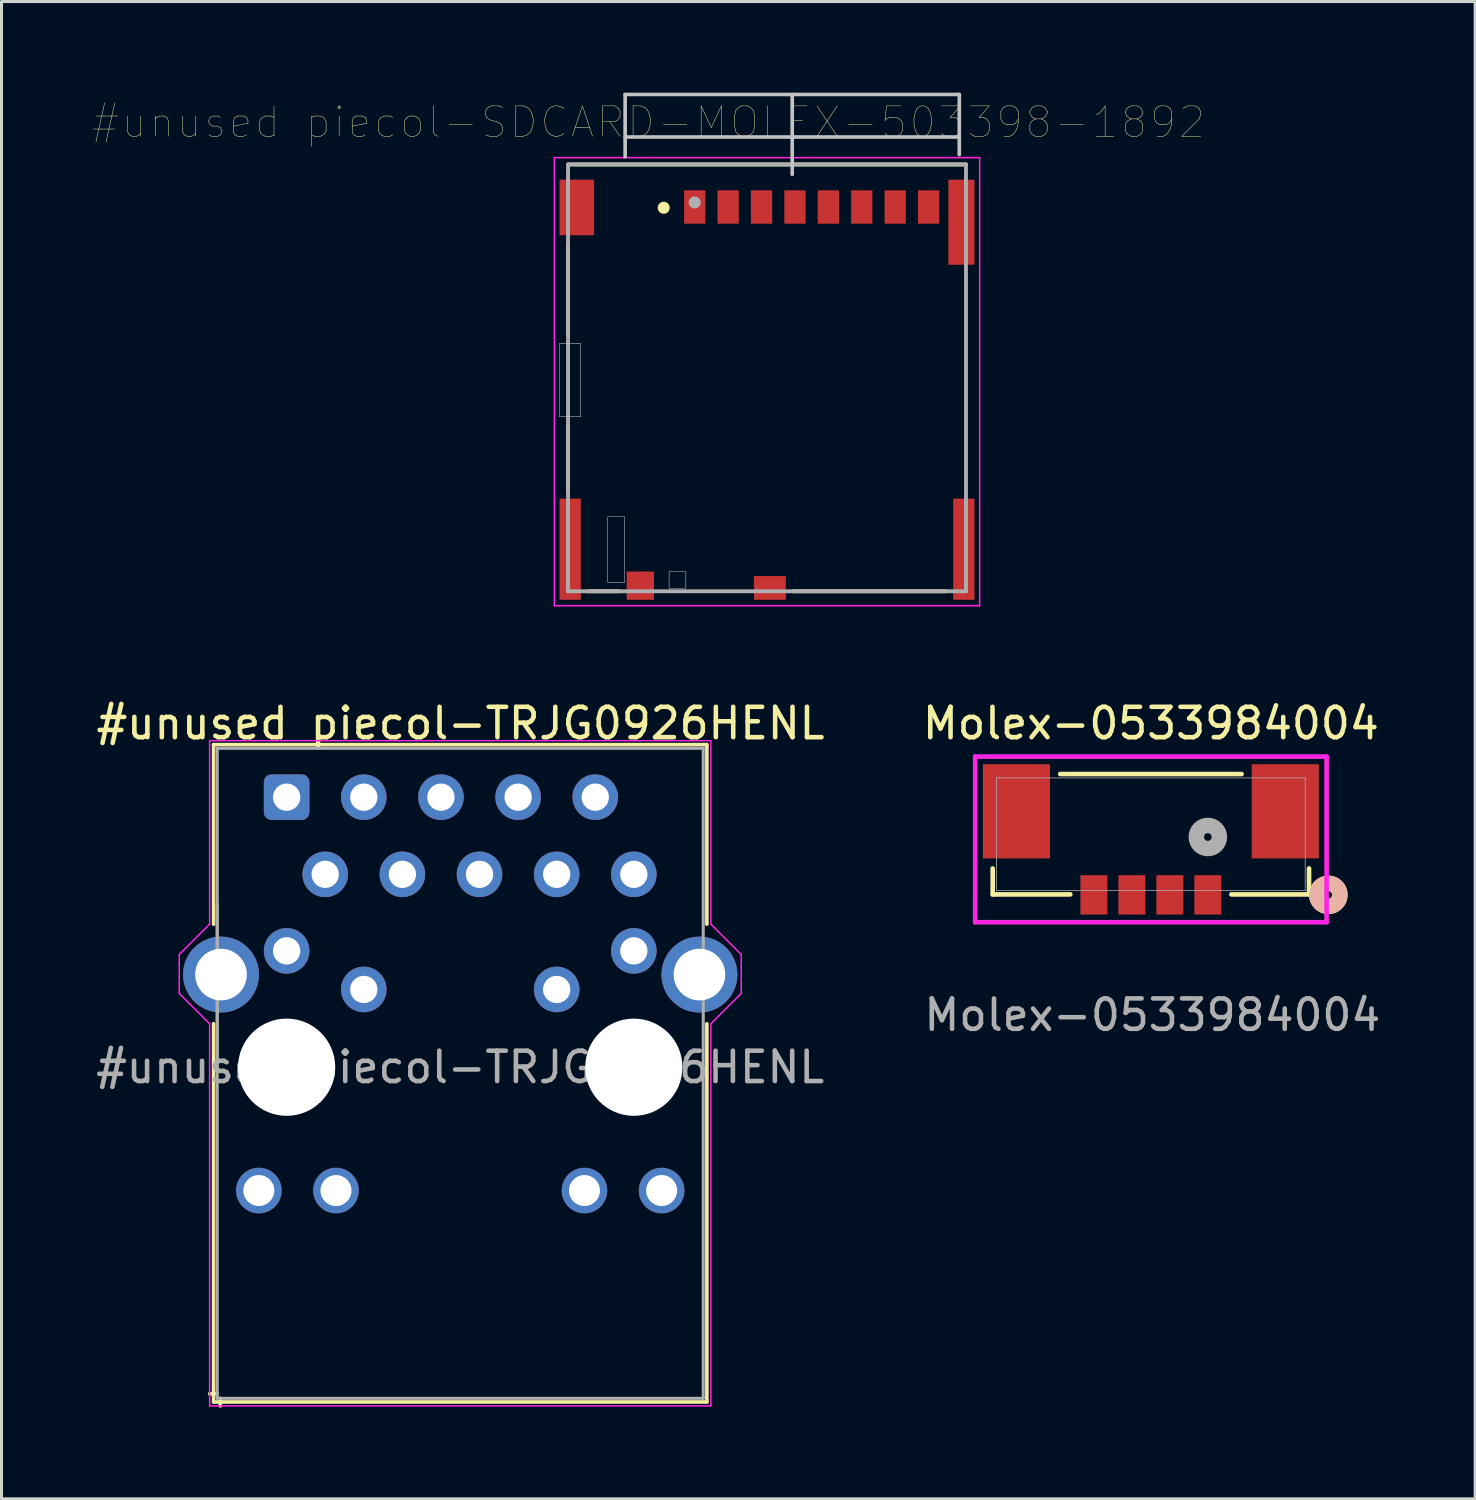
<source format=kicad_pcb>
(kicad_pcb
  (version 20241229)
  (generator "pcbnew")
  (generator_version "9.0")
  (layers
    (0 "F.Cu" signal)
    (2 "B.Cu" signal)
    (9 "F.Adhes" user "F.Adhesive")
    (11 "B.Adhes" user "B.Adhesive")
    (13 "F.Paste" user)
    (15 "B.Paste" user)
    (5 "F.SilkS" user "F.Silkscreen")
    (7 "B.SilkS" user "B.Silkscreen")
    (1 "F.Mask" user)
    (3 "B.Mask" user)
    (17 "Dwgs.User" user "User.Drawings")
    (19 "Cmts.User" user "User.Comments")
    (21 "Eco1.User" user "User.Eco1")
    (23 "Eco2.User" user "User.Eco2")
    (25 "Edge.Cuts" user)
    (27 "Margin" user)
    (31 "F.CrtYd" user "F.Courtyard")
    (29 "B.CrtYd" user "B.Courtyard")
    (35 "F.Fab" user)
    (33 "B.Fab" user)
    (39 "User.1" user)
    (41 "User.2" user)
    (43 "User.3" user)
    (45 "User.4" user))
  (footprint "#unused piecol-SDCARD-MOLEX-503398-1892"
    (layer "F.Cu")
    (at 22.2 9.39)
    (property "Reference" "#unused piecol-SDCARD-MOLEX-503398-1892" (at -3.908 -8.416 0) (layer "F.SilkS") (effects (font (size 1.001 1.001) (thickness 0.015))))
    (attr smd)
    (fp_line (start -6.55 -7.025) (end 6.55 -7.025) (stroke (width 0.127) (type solid)) (layer "F.SilkS"))
    (fp_line (start -6.55 -4.325) (end -6.55 -1.425) (stroke (width 0.127) (type solid)) (layer "F.SilkS"))
    (fp_line (start -6.55 1.575) (end -6.55 3.675) (stroke (width 0.127) (type solid)) (layer "F.SilkS"))
    (fp_line (start -5.876 7.025) (end -4.874 7.025) (stroke (width 0.127) (type solid)) (layer "F.SilkS"))
    (fp_line (start 0.874 7.025) (end 5.876 7.025) (stroke (width 0.127) (type solid)) (layer "F.SilkS"))
    (fp_circle (center -3.4 -5.6) (end -3.3 -5.6) (stroke (width 0.2) (type solid)) (fill no) (layer "F.SilkS"))
    (fp_line (start -4.67 -9.33) (end -4.67 -7.28) (stroke (width 0.12) (type solid)) (layer "Dwgs.User"))
    (fp_line (start -4.67 -9.33) (end 6.33 -9.33) (stroke (width 0.12) (type solid)) (layer "Dwgs.User"))
    (fp_line (start -4.67 -7.93) (end 6.33 -7.93) (stroke (width 0.12) (type solid)) (layer "Dwgs.User"))
    (fp_line (start 0.83 -6.7) (end 0.83 -9.33) (stroke (width 0.12) (type solid)) (layer "Dwgs.User"))
    (fp_line (start 6.33 -9.33) (end 6.33 -7.35) (stroke (width 0.12) (type solid)) (layer "Dwgs.User"))
    (fp_poly (pts (xy -6.842 -1.125) (xy -6.13 -1.125) (xy -6.13 1.277) (xy -6.842 1.277)) (stroke (width 0.01) (type solid)) (fill no) (layer "Dwgs.User"))
    (fp_poly (pts (xy -6.836 -1.125) (xy -6.13 -1.125) (xy -6.13 1.276) (xy -6.836 1.276)) (stroke (width 0.01) (type solid)) (fill no) (layer "Dwgs.User"))
    (fp_poly (pts (xy -5.245 4.575) (xy -4.685 4.575) (xy -4.685 6.738) (xy -5.245 6.738)) (stroke (width 0.01) (type solid)) (fill no) (layer "Dwgs.User"))
    (fp_poly (pts (xy -5.239 4.575) (xy -4.685 4.575) (xy -4.685 6.73) (xy -5.239 6.73)) (stroke (width 0.01) (type solid)) (fill no) (layer "Dwgs.User"))
    (fp_poly (pts (xy -3.225 6.375) (xy -2.67 6.375) (xy -2.67 6.937) (xy -3.225 6.937)) (stroke (width 0.01) (type solid)) (fill no) (layer "Dwgs.User"))
    (fp_poly (pts (xy -3.223 6.375) (xy -2.67 6.375) (xy -2.67 6.93) (xy -3.223 6.93)) (stroke (width 0.01) (type solid)) (fill no) (layer "Dwgs.User"))
    (fp_poly (pts (xy -3.17 -3.725) (xy -3.17 1.275) (xy -3.82 1.275) (xy -3.82 3.875) (xy 0.57 3.875) (xy 0.57 5.125) (xy -1.73 5.125) (xy -1.73 7.305) (xy -0.43 7.305) (xy -0.43 6.525) (xy 6.13 6.525) (xy 6.13 3.975) (xy 6.83 3.975) (xy 6.83 -3.725)) (stroke (width 0.0001) (type solid)) (fill no) (layer "Dwgs.User"))
    (fp_poly (pts (xy -3.17 -3.725) (xy -3.17 1.275) (xy -3.82 1.275) (xy -3.82 3.875) (xy 0.57 3.875) (xy 0.57 5.125) (xy -1.73 5.125) (xy -1.73 7.305) (xy -0.43 7.305) (xy -0.43 6.525) (xy 6.13 6.525) (xy 6.13 3.975) (xy 6.83 3.975) (xy 6.83 -3.725)) (stroke (width 0.0001) (type solid)) (fill no) (layer "Dwgs.User"))
    (fp_line (start -7 -7.25) (end 7 -7.25) (stroke (width 0.05) (type solid)) (layer "F.CrtYd"))
    (fp_line (start -7 7.5) (end -7 -7.25) (stroke (width 0.05) (type solid)) (layer "F.CrtYd"))
    (fp_line (start 7 -7.25) (end 7 7.5) (stroke (width 0.05) (type solid)) (layer "F.CrtYd"))
    (fp_line (start 7 7.5) (end -7 7.5) (stroke (width 0.05) (type solid)) (layer "F.CrtYd"))
    (fp_line (start -6.55 -7.025) (end 6.55 -7.025) (stroke (width 0.127) (type solid)) (layer "F.Fab"))
    (fp_line (start -6.55 7.025) (end -6.55 -7.025) (stroke (width 0.127) (type solid)) (layer "F.Fab"))
    (fp_line (start 6.55 -7.025) (end 6.55 7.025) (stroke (width 0.127) (type solid)) (layer "F.Fab"))
    (fp_line (start 6.55 7.025) (end -6.55 7.025) (stroke (width 0.127) (type solid)) (layer "F.Fab"))
    (fp_circle (center -2.38 -5.775) (end -2.28 -5.775) (stroke (width 0.2) (type solid)) (fill no) (layer "F.Fab"))
    (pad "1" smd rect (at -2.38 -5.625) (size 0.7 1.1) (layers "F.Cu" "F.Mask" "F.Paste"))
    (pad "2" smd rect (at -1.28 -5.625) (size 0.7 1.1) (layers "F.Cu" "F.Mask" "F.Paste"))
    (pad "3" smd rect (at -0.18 -5.625) (size 0.7 1.1) (layers "F.Cu" "F.Mask" "F.Paste"))
    (pad "4" smd rect (at 0.92 -5.625) (size 0.7 1.1) (layers "F.Cu" "F.Mask" "F.Paste"))
    (pad "5" smd rect (at 2.02 -5.625) (size 0.7 1.1) (layers "F.Cu" "F.Mask" "F.Paste"))
    (pad "6" smd rect (at 3.12 -5.625) (size 0.7 1.1) (layers "F.Cu" "F.Mask" "F.Paste"))
    (pad "7" smd rect (at 4.22 -5.625) (size 0.7 1.1) (layers "F.Cu" "F.Mask" "F.Paste"))
    (pad "8" smd rect (at 5.32 -5.625) (size 0.7 1.1) (layers "F.Cu" "F.Mask" "F.Paste"))
    (pad "9" smd rect (at -4.17 6.84) (size 0.9 0.93) (layers "F.Cu" "F.Mask" "F.Paste"))
    (pad "10" smd rect (at 0.095 6.915) (size 1.05 0.78) (layers "F.Cu" "F.Mask" "F.Paste"))
    (pad "11" smd rect (at -6.48 5.64) (size 0.7 3.33) (layers "F.Cu" "F.Mask" "F.Paste"))
    (pad "11" smd rect (at -6.26 -5.61) (size 1.14 1.83) (layers "F.Cu" "F.Mask" "F.Paste"))
    (pad "11" smd rect (at 6.4 -5.125) (size 0.86 2.8) (layers "F.Cu" "F.Mask" "F.Paste"))
    (pad "11" smd rect (at 6.48 5.64) (size 0.7 3.33) (layers "F.Cu" "F.Mask" "F.Paste")))
  (footprint "Molex-0533984004"
    (layer "F.Cu")
    (at 34.837 24.413)
    (property "Reference" "Molex-0533984004" (at 0 -3.65 0) (unlocked yes) (layer "F.SilkS") (effects (font (size 1 1) (thickness 0.15))))
    (attr smd)
    (fp_line (start -5.207 1.128) (end -5.207 1.981) (stroke (width 0.152) (type solid)) (layer "F.SilkS"))
    (fp_line (start -5.207 1.981) (end -2.652 1.981) (stroke (width 0.152) (type solid)) (layer "F.SilkS"))
    (fp_line (start 2.652 1.981) (end 5.207 1.981) (stroke (width 0.152) (type solid)) (layer "F.SilkS"))
    (fp_line (start 2.987 -1.981) (end -2.987 -1.981) (stroke (width 0.152) (type solid)) (layer "F.SilkS"))
    (fp_line (start 5.207 1.981) (end 5.207 1.128) (stroke (width 0.152) (type solid)) (layer "F.SilkS"))
    (fp_circle (center 5.842 1.996) (end 6.223 1.996) (stroke (width 0.508) (type solid)) (fill no) (layer "F.SilkS"))
    (fp_circle (center 5.842 1.996) (end 6.223 1.996) (stroke (width 0.508) (type solid)) (fill no) (layer "B.SilkS"))
    (fp_line (start -5.784 -2.558) (end -5.784 2.897) (stroke (width 0.152) (type solid)) (layer "F.CrtYd"))
    (fp_line (start -5.784 2.897) (end 5.784 2.897) (stroke (width 0.152) (type solid)) (layer "F.CrtYd"))
    (fp_line (start 5.784 -2.558) (end -5.784 -2.558) (stroke (width 0.152) (type solid)) (layer "F.CrtYd"))
    (fp_line (start 5.784 2.897) (end 5.784 -2.558) (stroke (width 0.152) (type solid)) (layer "F.CrtYd"))
    (fp_line (start -5.08 -1.854) (end -5.08 1.854) (stroke (width 0.025) (type solid)) (layer "F.Fab"))
    (fp_line (start -5.08 1.854) (end 5.08 1.854) (stroke (width 0.025) (type solid)) (layer "F.Fab"))
    (fp_line (start 5.08 -1.854) (end -5.08 -1.854) (stroke (width 0.025) (type solid)) (layer "F.Fab"))
    (fp_line (start 5.08 1.854) (end 5.08 -1.854) (stroke (width 0.025) (type solid)) (layer "F.Fab"))
    (fp_circle (center 1.875 0.091) (end 2.256 0.091) (stroke (width 0.508) (type solid)) (fill no) (layer "F.Fab"))
    (fp_text user "${REFERENCE}" (at 0.05 5.95 0) (unlocked yes) (layer "F.Fab") (effects (font (size 1 1) (thickness 0.15))))
    (pad "1" smd rect (at 1.875 1.996) (size 0.889 1.295) (layers "F.Cu" "F.Mask" "F.Paste"))
    (pad "2" smd rect (at 0.625 1.996) (size 0.889 1.295) (layers "F.Cu" "F.Mask" "F.Paste"))
    (pad "3" smd rect (at -0.625 1.996) (size 0.889 1.295) (layers "F.Cu" "F.Mask" "F.Paste"))
    (pad "4" smd rect (at -1.875 1.996) (size 0.889 1.295) (layers "F.Cu" "F.Mask" "F.Paste"))
    (pad "5" smd rect (at -4.425 -0.754) (size 2.21 3.099) (layers "F.Cu" "F.Mask" "F.Paste"))
    (pad "6" smd rect (at 4.425 -0.754) (size 2.21 3.099) (layers "F.Cu" "F.Mask" "F.Paste")))
  (footprint "#unused piecol-TRJG0926HENL"
    (layer "F.Cu")
    (at 12.101 32.083)
    (property "Reference" "#unused piecol-TRJG0926HENL" (at 0.01 -11.32 0) (layer "F.SilkS") (effects (font (size 1 1) (thickness 0.15))))
    (attr through_hole)
    (fp_line (start -8.12 -10.62) (end -8.12 -4.71) (stroke (width 0.12) (type solid)) (layer "F.SilkS"))
    (fp_line (start -8.12 -10.62) (end 8.12 -10.62) (stroke (width 0.12) (type solid)) (layer "F.SilkS"))
    (fp_line (start -8.12 -1.43) (end -8.12 11.02) (stroke (width 0.12) (type solid)) (layer "F.SilkS"))
    (fp_line (start -8 10.75) (end -8.25 10.75) (stroke (width 0.12) (type solid)) (layer "F.SilkS"))
    (fp_line (start -7.9 10.9) (end -7.9 11.15) (stroke (width 0.12) (type solid)) (layer "F.SilkS"))
    (fp_line (start 8.12 -10.62) (end 8.12 -4.71) (stroke (width 0.12) (type solid)) (layer "F.SilkS"))
    (fp_line (start 8.12 -1.43) (end 8.12 11.02) (stroke (width 0.12) (type solid)) (layer "F.SilkS"))
    (fp_line (start 8.12 11.02) (end -8.12 11.02) (stroke (width 0.12) (type solid)) (layer "F.SilkS"))
    (fp_line (start -9.25 -2.43) (end -9.25 -3.71) (stroke (width 0.05) (type solid)) (layer "F.CrtYd"))
    (fp_line (start -9.25 -2.43) (end -8.25 -1.43) (stroke (width 0.05) (type solid)) (layer "F.CrtYd"))
    (fp_line (start -8.25 -10.75) (end 8.25 -10.75) (stroke (width 0.05) (type solid)) (layer "F.CrtYd"))
    (fp_line (start -8.25 -4.71) (end -9.25 -3.71) (stroke (width 0.05) (type solid)) (layer "F.CrtYd"))
    (fp_line (start -8.25 -4.71) (end -8.25 -10.75) (stroke (width 0.05) (type solid)) (layer "F.CrtYd"))
    (fp_line (start -8.25 -1.43) (end -8.25 11.15) (stroke (width 0.05) (type solid)) (layer "F.CrtYd"))
    (fp_line (start -8.25 11.15) (end 8.25 11.15) (stroke (width 0.05) (type solid)) (layer "F.CrtYd"))
    (fp_line (start 8.25 -4.71) (end 8.25 -10.75) (stroke (width 0.05) (type solid)) (layer "F.CrtYd"))
    (fp_line (start 8.25 -4.71) (end 9.25 -3.71) (stroke (width 0.05) (type solid)) (layer "F.CrtYd"))
    (fp_line (start 8.25 -1.43) (end 8.25 11.15) (stroke (width 0.05) (type solid)) (layer "F.CrtYd"))
    (fp_line (start 9.25 -2.43) (end 8.25 -1.43) (stroke (width 0.05) (type solid)) (layer "F.CrtYd"))
    (fp_line (start 9.25 -2.43) (end 9.25 -3.71) (stroke (width 0.05) (type solid)) (layer "F.CrtYd"))
    (fp_line (start -8 -10.5) (end -8 0) (stroke (width 0.1) (type solid)) (layer "F.Fab"))
    (fp_line (start -8 -10.5) (end 8 -10.5) (stroke (width 0.1) (type solid)) (layer "F.Fab"))
    (fp_line (start -8 -5.37) (end -8 10.9) (stroke (width 0.1) (type solid)) (layer "F.Fab"))
    (fp_line (start -8 10.9) (end 8 10.9) (stroke (width 0.1) (type solid)) (layer "F.Fab"))
    (fp_line (start 8 -10.5) (end 8 10.9) (stroke (width 0.1) (type solid)) (layer "F.Fab"))
    (fp_text user "${REFERENCE}" (at 0 0 0) (layer "F.Fab") (effects (font (size 1 1) (thickness 0.15))))
    (pad "" np_thru_hole circle (at -5.715 0) (size 3.2 3.2) (drill 3.2) (layers "*.Cu" "*.Mask"))
    (pad "" np_thru_hole circle (at 5.715 0) (size 3.2 3.2) (drill 3.2) (layers "*.Cu" "*.Mask"))
    (pad "1" thru_hole roundrect (at -5.715 -8.89) (size 1.5 1.5) (drill 0.9) (layers "*.Cu" "*.Mask") (roundrect_rratio 0.167))
    (pad "2" thru_hole circle (at -4.445 -6.35) (size 1.5 1.5) (drill 0.9) (layers "*.Cu" "*.Mask"))
    (pad "3" thru_hole circle (at -3.175 -8.89) (size 1.5 1.5) (drill 0.9) (layers "*.Cu" "*.Mask"))
    (pad "4" thru_hole circle (at -1.905 -6.35) (size 1.5 1.5) (drill 0.9) (layers "*.Cu" "*.Mask"))
    (pad "5" thru_hole circle (at -0.635 -8.89) (size 1.5 1.5) (drill 0.9) (layers "*.Cu" "*.Mask"))
    (pad "6" thru_hole circle (at 0.635 -6.35 90) (size 1.5 1.5) (drill 0.9) (layers "*.Cu" "*.Mask"))
    (pad "7" thru_hole circle (at 1.905 -8.89) (size 1.5 1.5) (drill 0.9) (layers "*.Cu" "*.Mask"))
    (pad "8" thru_hole circle (at 3.175 -6.35) (size 1.5 1.5) (drill 0.9) (layers "*.Cu" "*.Mask"))
    (pad "9" thru_hole circle (at 4.445 -8.89) (size 1.5 1.5) (drill 0.9) (layers "*.Cu" "*.Mask"))
    (pad "10" thru_hole circle (at 5.715 -6.35) (size 1.5 1.5) (drill 0.9) (layers "*.Cu" "*.Mask"))
    (pad "11" thru_hole circle (at -5.715 -3.83) (size 1.5 1.5) (drill 0.9) (layers "*.Cu" "*.Mask"))
    (pad "12" thru_hole circle (at -3.175 -2.56) (size 1.5 1.5) (drill 0.9) (layers "*.Cu" "*.Mask"))
    (pad "13" thru_hole circle (at 3.175 -2.56) (size 1.5 1.5) (drill 0.9) (layers "*.Cu" "*.Mask"))
    (pad "14" thru_hole circle (at 5.715 -3.83) (size 1.5 1.5) (drill 0.9) (layers "*.Cu" "*.Mask"))
    (pad "15" thru_hole circle (at -6.63 4.06) (size 1.5 1.5) (drill 1.02) (layers "*.Cu" "*.Mask"))
    (pad "16" thru_hole circle (at -4.09 4.06) (size 1.5 1.5) (drill 1.02) (layers "*.Cu" "*.Mask"))
    (pad "17" thru_hole circle (at 4.09 4.06) (size 1.5 1.5) (drill 1.02) (layers "*.Cu" "*.Mask"))
    (pad "18" thru_hole circle (at 6.63 4.06) (size 1.5 1.5) (drill 1.02) (layers "*.Cu" "*.Mask"))
    (pad "19" thru_hole circle (at -7.875 -3.05) (size 2.5 2.5) (drill 1.7) (layers "*.Cu" "*.Mask"))
    (pad "20" thru_hole circle (at 7.875 -3.05) (size 2.5 2.5) (drill 1.7) (layers "*.Cu" "*.Mask")))
  (gr_rect
    (start -3 -3)
    (end 45.512 46.293)
    (stroke (width 0.1) (type default))
    (fill no)
    (layer "Edge.Cuts")))
</source>
